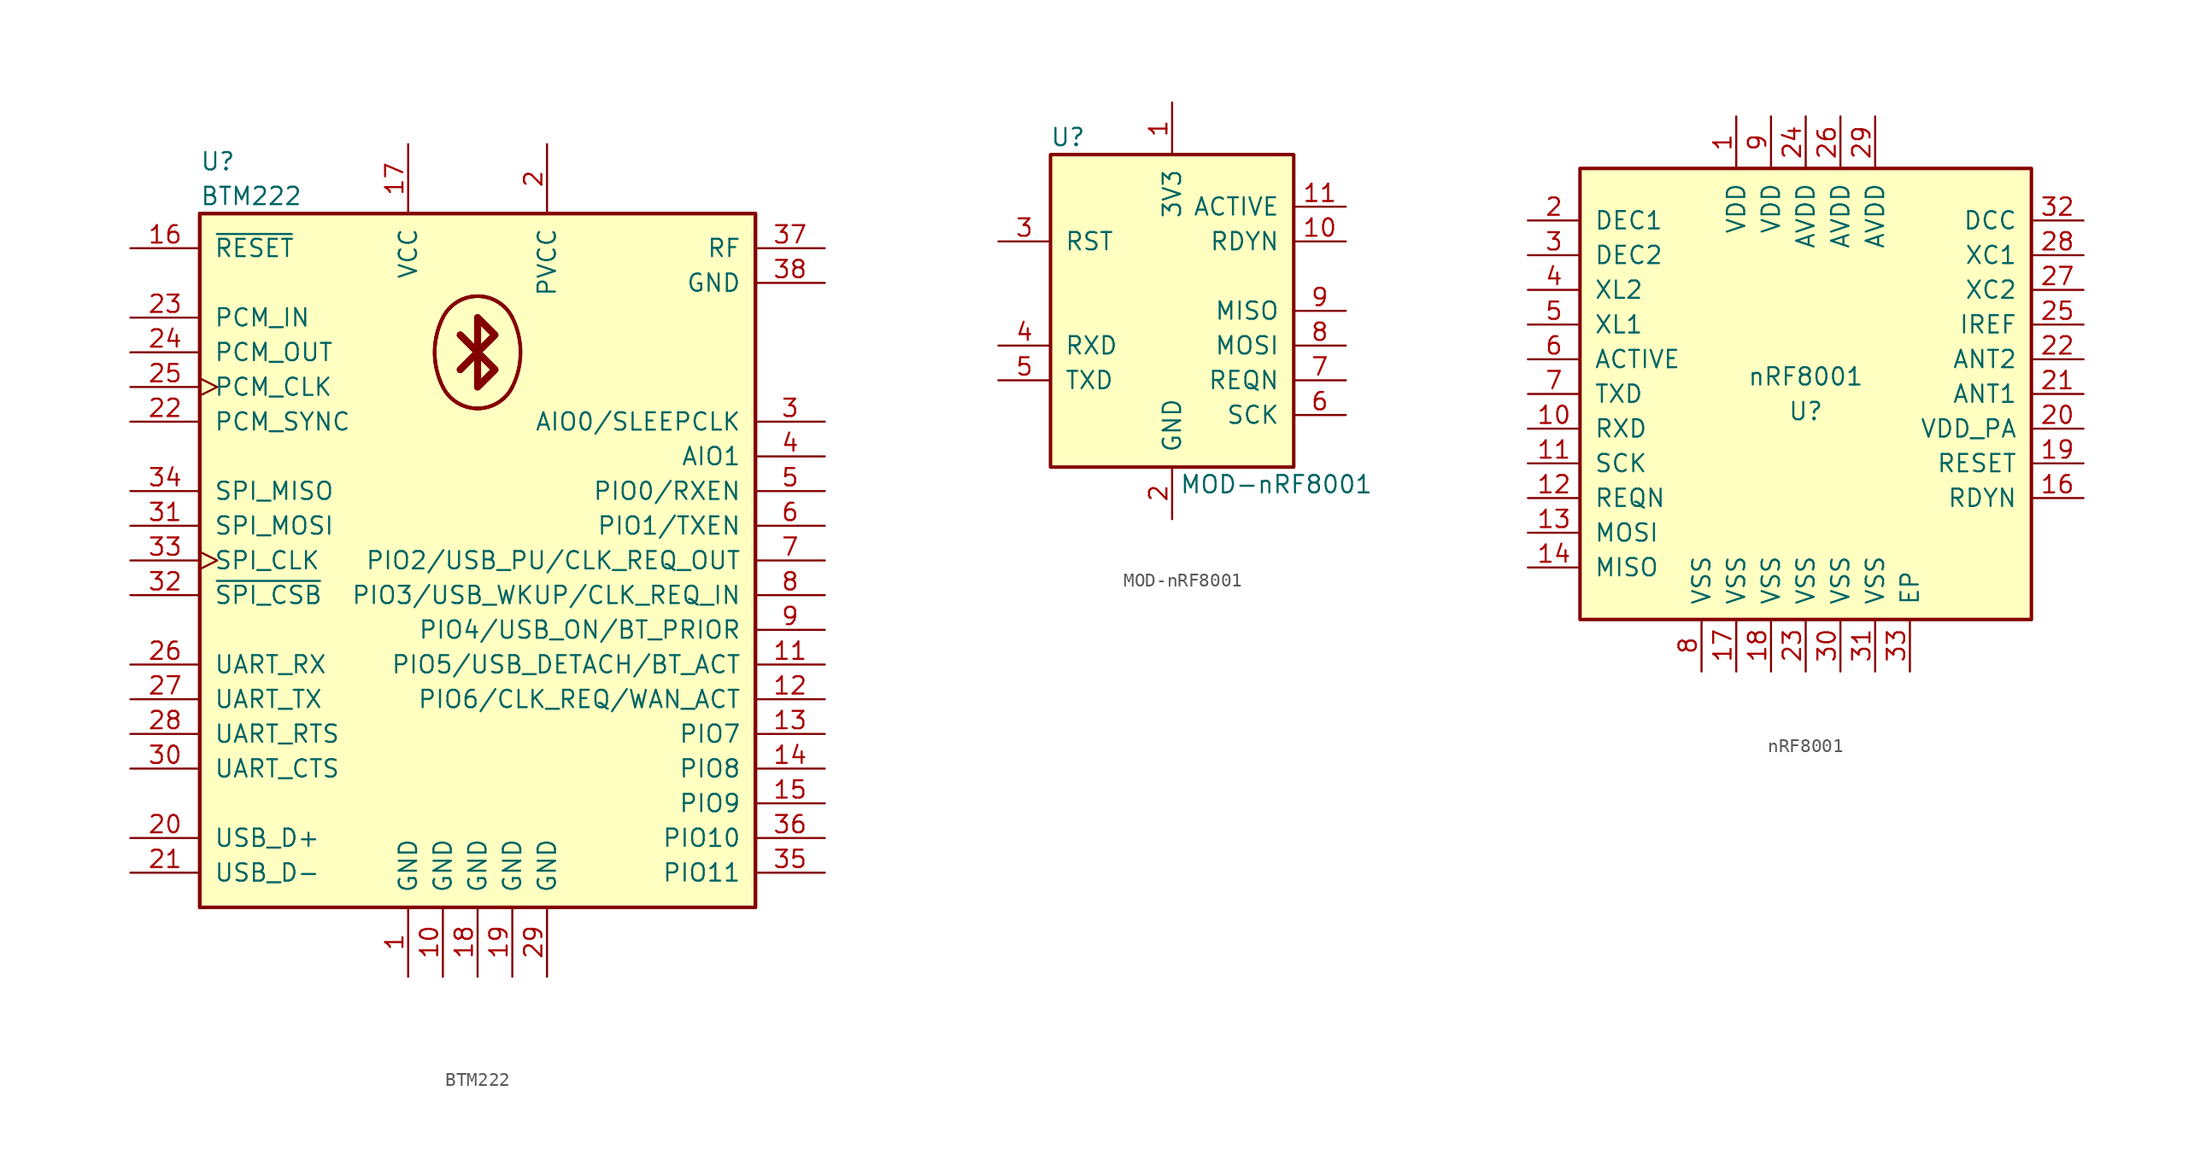
<source format=kicad_sym>
(kicad_symbol_lib
  (version 20201005)
  (generator kicad_symbol_editor)
  (symbol "RF_Bluetooth:BTM222"
    (pin_names
      (offset 1.016))
    (property "Reference" "U"
      (at -20.32 29.21 0)
      (effects (font (size 1.27 1.27)) (justify left)))
    (property "Value" "BTM222"
      (at -20.32 26.67 0)
      (effects (font (size 1.27 1.27)) (justify left)))
    (symbol "BTM222_0_1"
      (arc (start 2.54 17.78) (end 2.54 12.7) (radius (at -2.54 15.24) (length 5.6896) (angles 26.5 -26.5)) (stroke (width 0.254)) (fill (type background)))
      (arc (start 2.54 17.78) (end 2.54 12.7) (radius (at -2.54 15.24) (length 5.6896) (angles 26.5 -26.5)) (stroke (width 0.254)) (fill (type background)))
      (arc (start -2.54 12.7) (end 2.54 12.7) (radius (at 0 13.97) (length 2.8448) (angles -153.4 -26.5)) (stroke (width 0.254)) (fill (type background)))
      (arc (start -2.54 12.7) (end 2.54 12.7) (radius (at 0 13.97) (length 2.8448) (angles -153.4 -26.5)) (stroke (width 0.254)) (fill (type background)))
      (arc (start -2.54 12.7) (end 2.54 12.7) (radius (at 0 13.97) (length 2.8448) (angles -153.4 -26.5)) (stroke (width 0.254)) (fill (type background)))
      (arc (start -2.54 17.78) (end 2.54 17.78) (radius (at 0 16.51) (length 2.8448) (angles 153.4 26.5)) (stroke (width 0.254)) (fill (type background)))
      (arc (start -2.54 17.78) (end 2.54 17.78) (radius (at 0 16.51) (length 2.8448) (angles 153.4 26.5)) (stroke (width 0.254)) (fill (type background)))
      (arc (start -2.54 17.78) (end 2.54 17.78) (radius (at 0 16.51) (length 2.8448) (angles 153.4 26.5)) (stroke (width 0.254)) (fill (type background)))
      (arc (start -2.54 17.78) (end -2.54 12.7) (radius (at 2.54 15.24) (length 5.6896) (angles 153.4 -153.4)) (stroke (width 0.254)) (fill (type background)))
      (arc (start -2.54 17.78) (end -2.54 12.7) (radius (at 2.54 15.24) (length 5.6896) (angles 153.4 -153.4)) (stroke (width 0.254)) (fill (type background)))
      (arc (start -2.54 17.78) (end -2.54 12.7) (radius (at 2.54 15.24) (length 5.6896) (angles 153.4 -153.4)) (stroke (width 0.254)) (fill (type background)))
      (rectangle (start -20.32 25.4) (end 20.32 -25.4) (stroke (width 0.254)) (fill (type background)))
      (rectangle (start -20.32 25.4) (end 20.32 -25.4) (stroke (width 0.254)) (fill (type background)))
      (rectangle (start -20.32 25.4) (end 20.32 -25.4) (stroke (width 0.254)) (fill (type background)))
      (polyline (pts (xy 0 15.24) (xy -1.27 13.97)) (stroke (width 0.508)) (fill (type none)))
      (polyline (pts (xy 0 15.24) (xy -1.27 13.97)) (stroke (width 0.508)) (fill (type none)))
      (polyline (pts (xy 0 15.24) (xy -1.27 16.51)) (stroke (width 0.508)) (fill (type none)))
      (polyline (pts (xy 0 15.24) (xy -1.27 16.51)) (stroke (width 0.508)) (fill (type none)))
      (polyline (pts (xy 0 17.78) (xy 1.27 16.51) (xy 0 15.24) (xy 1.27 13.97) (xy 0 12.7) (xy 0 17.78)) (stroke (width 0.508)) (fill (type none)))
      (polyline (pts (xy 0 17.78) (xy 1.27 16.51) (xy 0 15.24) (xy 1.27 13.97) (xy 0 12.7) (xy 0 17.78)) (stroke (width 0.508)) (fill (type none))))
    (symbol "BTM222_1_1"
      (pin power_in line (at -5.08 -30.48 90) (length 5.08) (name "GND" (effects (font (size 1.27 1.27)))) (number "1" (effects (font (size 1.27 1.27)))))
      (pin power_in line (at -2.54 -30.48 90) (length 5.08) (name "GND" (effects (font (size 1.27 1.27)))) (number "10" (effects (font (size 1.27 1.27)))))
      (pin bidirectional line (at 25.4 -7.62 180) (length 5.08) (name "PIO5/USB_DETACH/BT_ACT" (effects (font (size 1.27 1.27)))) (number "11" (effects (font (size 1.27 1.27)))))
      (pin bidirectional line (at 25.4 -10.16 180) (length 5.08) (name "PIO6/CLK_REQ/WAN_ACT" (effects (font (size 1.27 1.27)))) (number "12" (effects (font (size 1.27 1.27)))))
      (pin bidirectional line (at 25.4 -12.7 180) (length 5.08) (name "PIO7" (effects (font (size 1.27 1.27)))) (number "13" (effects (font (size 1.27 1.27)))))
      (pin bidirectional line (at 25.4 -15.24 180) (length 5.08) (name "PIO8" (effects (font (size 1.27 1.27)))) (number "14" (effects (font (size 1.27 1.27)))))
      (pin bidirectional line (at 25.4 -17.78 180) (length 5.08) (name "PIO9" (effects (font (size 1.27 1.27)))) (number "15" (effects (font (size 1.27 1.27)))))
      (pin input line (at -25.4 22.86 0) (length 5.08) (name "~RESET~" (effects (font (size 1.27 1.27)))) (number "16" (effects (font (size 1.27 1.27)))))
      (pin power_in line (at -5.08 30.48 270) (length 5.08) (name "VCC" (effects (font (size 1.27 1.27)))) (number "17" (effects (font (size 1.27 1.27)))))
      (pin power_in line (at 0 -30.48 90) (length 5.08) (name "GND" (effects (font (size 1.27 1.27)))) (number "18" (effects (font (size 1.27 1.27)))))
      (pin power_in line (at 2.54 -30.48 90) (length 5.08) (name "GND" (effects (font (size 1.27 1.27)))) (number "19" (effects (font (size 1.27 1.27)))))
      (pin power_in line (at 5.08 30.48 270) (length 5.08) (name "PVCC" (effects (font (size 1.27 1.27)))) (number "2" (effects (font (size 1.27 1.27)))))
      (pin bidirectional line (at -25.4 -20.32 0) (length 5.08) (name "USB_D+" (effects (font (size 1.27 1.27)))) (number "20" (effects (font (size 1.27 1.27)))))
      (pin bidirectional line (at -25.4 -22.86 0) (length 5.08) (name "USB_D-" (effects (font (size 1.27 1.27)))) (number "21" (effects (font (size 1.27 1.27)))))
      (pin bidirectional line (at -25.4 10.16 0) (length 5.08) (name "PCM_SYNC" (effects (font (size 1.27 1.27)))) (number "22" (effects (font (size 1.27 1.27)))))
      (pin input line (at -25.4 17.78 0) (length 5.08) (name "PCM_IN" (effects (font (size 1.27 1.27)))) (number "23" (effects (font (size 1.27 1.27)))))
      (pin output line (at -25.4 15.24 0) (length 5.08) (name "PCM_OUT" (effects (font (size 1.27 1.27)))) (number "24" (effects (font (size 1.27 1.27)))))
      (pin bidirectional clock (at -25.4 12.7 0) (length 5.08) (name "PCM_CLK" (effects (font (size 1.27 1.27)))) (number "25" (effects (font (size 1.27 1.27)))))
      (pin input line (at -25.4 -7.62 0) (length 5.08) (name "UART_RX" (effects (font (size 1.27 1.27)))) (number "26" (effects (font (size 1.27 1.27)))))
      (pin output line (at -25.4 -10.16 0) (length 5.08) (name "UART_TX" (effects (font (size 1.27 1.27)))) (number "27" (effects (font (size 1.27 1.27)))))
      (pin output line (at -25.4 -12.7 0) (length 5.08) (name "UART_RTS" (effects (font (size 1.27 1.27)))) (number "28" (effects (font (size 1.27 1.27)))))
      (pin power_in line (at 5.08 -30.48 90) (length 5.08) (name "GND" (effects (font (size 1.27 1.27)))) (number "29" (effects (font (size 1.27 1.27)))))
      (pin bidirectional line (at 25.4 10.16 180) (length 5.08) (name "AIO0/SLEEPCLK" (effects (font (size 1.27 1.27)))) (number "3" (effects (font (size 1.27 1.27)))))
      (pin input line (at -25.4 -15.24 0) (length 5.08) (name "UART_CTS" (effects (font (size 1.27 1.27)))) (number "30" (effects (font (size 1.27 1.27)))))
      (pin input line (at -25.4 2.54 0) (length 5.08) (name "SPI_MOSI" (effects (font (size 1.27 1.27)))) (number "31" (effects (font (size 1.27 1.27)))))
      (pin input line (at -25.4 -2.54 0) (length 5.08) (name "~SPI_CSB~" (effects (font (size 1.27 1.27)))) (number "32" (effects (font (size 1.27 1.27)))))
      (pin input clock (at -25.4 0 0) (length 5.08) (name "SPI_CLK" (effects (font (size 1.27 1.27)))) (number "33" (effects (font (size 1.27 1.27)))))
      (pin output line (at -25.4 5.08 0) (length 5.08) (name "SPI_MISO" (effects (font (size 1.27 1.27)))) (number "34" (effects (font (size 1.27 1.27)))))
      (pin bidirectional line (at 25.4 -22.86 180) (length 5.08) (name "PIO11" (effects (font (size 1.27 1.27)))) (number "35" (effects (font (size 1.27 1.27)))))
      (pin bidirectional line (at 25.4 -20.32 180) (length 5.08) (name "PIO10" (effects (font (size 1.27 1.27)))) (number "36" (effects (font (size 1.27 1.27)))))
      (pin passive line (at 25.4 22.86 180) (length 5.08) (name "RF" (effects (font (size 1.27 1.27)))) (number "37" (effects (font (size 1.27 1.27)))))
      (pin power_in line (at 25.4 20.32 180) (length 5.08) (name "GND" (effects (font (size 1.27 1.27)))) (number "38" (effects (font (size 1.27 1.27)))))
      (pin bidirectional line (at 25.4 7.62 180) (length 5.08) (name "AIO1" (effects (font (size 1.27 1.27)))) (number "4" (effects (font (size 1.27 1.27)))))
      (pin bidirectional line (at 25.4 5.08 180) (length 5.08) (name "PIO0/RXEN" (effects (font (size 1.27 1.27)))) (number "5" (effects (font (size 1.27 1.27)))))
      (pin bidirectional line (at 25.4 2.54 180) (length 5.08) (name "PIO1/TXEN" (effects (font (size 1.27 1.27)))) (number "6" (effects (font (size 1.27 1.27)))))
      (pin bidirectional line (at 25.4 0 180) (length 5.08) (name "PIO2/USB_PU/CLK_REQ_OUT" (effects (font (size 1.27 1.27)))) (number "7" (effects (font (size 1.27 1.27)))))
      (pin bidirectional line (at 25.4 -2.54 180) (length 5.08) (name "PIO3/USB_WKUP/CLK_REQ_IN" (effects (font (size 1.27 1.27)))) (number "8" (effects (font (size 1.27 1.27)))))
      (pin bidirectional line (at 25.4 -5.08 180) (length 5.08) (name "PIO4/USB_ON/BT_PRIOR" (effects (font (size 1.27 1.27)))) (number "9" (effects (font (size 1.27 1.27)))))))
  (symbol "RF_Bluetooth:MOD-nRF8001"
    (pin_names
      (offset 1.016))
    (property "Reference" "U"
      (at -7.62 12.7 0)
      (effects (font (size 1.27 1.27))))
    (property "Value" "MOD-nRF8001"
      (at 7.62 -12.7 0)
      (effects (font (size 1.27 1.27))))
    (symbol "MOD-nRF8001_0_1"
      (rectangle (start -8.89 11.43) (end 8.89 -11.43) (stroke (width 0.254)) (fill (type background))))
    (symbol "MOD-nRF8001_1_1"
      (pin power_in line (at 0 15.24 270) (length 3.81) (name "3V3" (effects (font (size 1.27 1.27)))) (number "1" (effects (font (size 1.27 1.27)))))
      (pin output line (at 12.7 5.08 180) (length 3.81) (name "RDYN" (effects (font (size 1.27 1.27)))) (number "10" (effects (font (size 1.27 1.27)))))
      (pin output line (at 12.7 7.62 180) (length 3.81) (name "ACTIVE" (effects (font (size 1.27 1.27)))) (number "11" (effects (font (size 1.27 1.27)))))
      (pin power_in line (at 0 -15.24 90) (length 3.81) (name "GND" (effects (font (size 1.27 1.27)))) (number "2" (effects (font (size 1.27 1.27)))))
      (pin input line (at -12.7 5.08 0) (length 3.81) (name "RST" (effects (font (size 1.27 1.27)))) (number "3" (effects (font (size 1.27 1.27)))))
      (pin input line (at -12.7 -2.54 0) (length 3.81) (name "RXD" (effects (font (size 1.27 1.27)))) (number "4" (effects (font (size 1.27 1.27)))))
      (pin output line (at -12.7 -5.08 0) (length 3.81) (name "TXD" (effects (font (size 1.27 1.27)))) (number "5" (effects (font (size 1.27 1.27)))))
      (pin input line (at 12.7 -7.62 180) (length 3.81) (name "SCK" (effects (font (size 1.27 1.27)))) (number "6" (effects (font (size 1.27 1.27)))))
      (pin input line (at 12.7 -5.08 180) (length 3.81) (name "REQN" (effects (font (size 1.27 1.27)))) (number "7" (effects (font (size 1.27 1.27)))))
      (pin input line (at 12.7 -2.54 180) (length 3.81) (name "MOSI" (effects (font (size 1.27 1.27)))) (number "8" (effects (font (size 1.27 1.27)))))
      (pin output line (at 12.7 0 180) (length 3.81) (name "MISO" (effects (font (size 1.27 1.27)))) (number "9" (effects (font (size 1.27 1.27)))))))
  (symbol "RF_Bluetooth:nRF8001"
    (pin_names
      (offset 1.016))
    (property "Reference" "U"
      (at 0 -1.27 0)
      (effects (font (size 1.27 1.27))))
    (property "Value" "nRF8001"
      (at 0 1.27 0)
      (effects (font (size 1.27 1.27))))
    (symbol "nRF8001_0_1"
      (rectangle (start -16.51 16.51) (end 16.51 -16.51) (stroke (width 0.254)) (fill (type background))))
    (symbol "nRF8001_1_1"
      (pin power_in line (at -5.08 20.32 270) (length 3.81) (name "VDD" (effects (font (size 1.27 1.27)))) (number "1" (effects (font (size 1.27 1.27)))))
      (pin input line (at -20.32 -2.54 0) (length 3.81) (name "RXD" (effects (font (size 1.27 1.27)))) (number "10" (effects (font (size 1.27 1.27)))))
      (pin input line (at -20.32 -5.08 0) (length 3.81) (name "SCK" (effects (font (size 1.27 1.27)))) (number "11" (effects (font (size 1.27 1.27)))))
      (pin bidirectional line (at -20.32 -7.62 0) (length 3.81) (name "REQN" (effects (font (size 1.27 1.27)))) (number "12" (effects (font (size 1.27 1.27)))))
      (pin input line (at -20.32 -10.16 0) (length 3.81) (name "MOSI" (effects (font (size 1.27 1.27)))) (number "13" (effects (font (size 1.27 1.27)))))
      (pin output line (at -20.32 -12.7 0) (length 3.81) (name "MISO" (effects (font (size 1.27 1.27)))) (number "14" (effects (font (size 1.27 1.27)))))
      (pin no_connect line (at 15.24 -10.16 180) (length 3.81) hide (name "N/C" (effects (font (size 1.27 1.27)))) (number "15" (effects (font (size 1.27 1.27)))))
      (pin bidirectional line (at 20.32 -7.62 180) (length 3.81) (name "RDYN" (effects (font (size 1.27 1.27)))) (number "16" (effects (font (size 1.27 1.27)))))
      (pin power_in line (at -5.08 -20.32 90) (length 3.81) (name "VSS" (effects (font (size 1.27 1.27)))) (number "17" (effects (font (size 1.27 1.27)))))
      (pin power_in line (at -2.54 -20.32 90) (length 3.81) (name "VSS" (effects (font (size 1.27 1.27)))) (number "18" (effects (font (size 1.27 1.27)))))
      (pin input line (at 20.32 -5.08 180) (length 3.81) (name "RESET" (effects (font (size 1.27 1.27)))) (number "19" (effects (font (size 1.27 1.27)))))
      (pin bidirectional line (at -20.32 12.7 0) (length 3.81) (name "DEC1" (effects (font (size 1.27 1.27)))) (number "2" (effects (font (size 1.27 1.27)))))
      (pin output line (at 20.32 -2.54 180) (length 3.81) (name "VDD_PA" (effects (font (size 1.27 1.27)))) (number "20" (effects (font (size 1.27 1.27)))))
      (pin bidirectional line (at 20.32 0 180) (length 3.81) (name "ANT1" (effects (font (size 1.27 1.27)))) (number "21" (effects (font (size 1.27 1.27)))))
      (pin bidirectional line (at 20.32 2.54 180) (length 3.81) (name "ANT2" (effects (font (size 1.27 1.27)))) (number "22" (effects (font (size 1.27 1.27)))))
      (pin power_in line (at 0 -20.32 90) (length 3.81) (name "VSS" (effects (font (size 1.27 1.27)))) (number "23" (effects (font (size 1.27 1.27)))))
      (pin power_in line (at 0 20.32 270) (length 3.81) (name "AVDD" (effects (font (size 1.27 1.27)))) (number "24" (effects (font (size 1.27 1.27)))))
      (pin input line (at 20.32 5.08 180) (length 3.81) (name "IREF" (effects (font (size 1.27 1.27)))) (number "25" (effects (font (size 1.27 1.27)))))
      (pin power_in line (at 2.54 20.32 270) (length 3.81) (name "AVDD" (effects (font (size 1.27 1.27)))) (number "26" (effects (font (size 1.27 1.27)))))
      (pin bidirectional line (at 20.32 7.62 180) (length 3.81) (name "XC2" (effects (font (size 1.27 1.27)))) (number "27" (effects (font (size 1.27 1.27)))))
      (pin bidirectional line (at 20.32 10.16 180) (length 3.81) (name "XC1" (effects (font (size 1.27 1.27)))) (number "28" (effects (font (size 1.27 1.27)))))
      (pin power_in line (at 5.08 20.32 270) (length 3.81) (name "AVDD" (effects (font (size 1.27 1.27)))) (number "29" (effects (font (size 1.27 1.27)))))
      (pin bidirectional line (at -20.32 10.16 0) (length 3.81) (name "DEC2" (effects (font (size 1.27 1.27)))) (number "3" (effects (font (size 1.27 1.27)))))
      (pin power_in line (at 2.54 -20.32 90) (length 3.81) (name "VSS" (effects (font (size 1.27 1.27)))) (number "30" (effects (font (size 1.27 1.27)))))
      (pin power_in line (at 5.08 -20.32 90) (length 3.81) (name "VSS" (effects (font (size 1.27 1.27)))) (number "31" (effects (font (size 1.27 1.27)))))
      (pin bidirectional line (at 20.32 12.7 180) (length 3.81) (name "DCC" (effects (font (size 1.27 1.27)))) (number "32" (effects (font (size 1.27 1.27)))))
      (pin power_in line (at 7.62 -20.32 90) (length 3.81) (name "EP" (effects (font (size 1.27 1.27)))) (number "33" (effects (font (size 1.27 1.27)))))
      (pin bidirectional line (at -20.32 7.62 0) (length 3.81) (name "XL2" (effects (font (size 1.27 1.27)))) (number "4" (effects (font (size 1.27 1.27)))))
      (pin bidirectional line (at -20.32 5.08 0) (length 3.81) (name "XL1" (effects (font (size 1.27 1.27)))) (number "5" (effects (font (size 1.27 1.27)))))
      (pin bidirectional line (at -20.32 2.54 0) (length 3.81) (name "ACTIVE" (effects (font (size 1.27 1.27)))) (number "6" (effects (font (size 1.27 1.27)))))
      (pin output line (at -20.32 0 0) (length 3.81) (name "TXD" (effects (font (size 1.27 1.27)))) (number "7" (effects (font (size 1.27 1.27)))))
      (pin power_in line (at -7.62 -20.32 90) (length 3.81) (name "VSS" (effects (font (size 1.27 1.27)))) (number "8" (effects (font (size 1.27 1.27)))))
      (pin power_in line (at -2.54 20.32 270) (length 3.81) (name "VDD" (effects (font (size 1.27 1.27)))) (number "9" (effects (font (size 1.27 1.27))))))))
</source>
